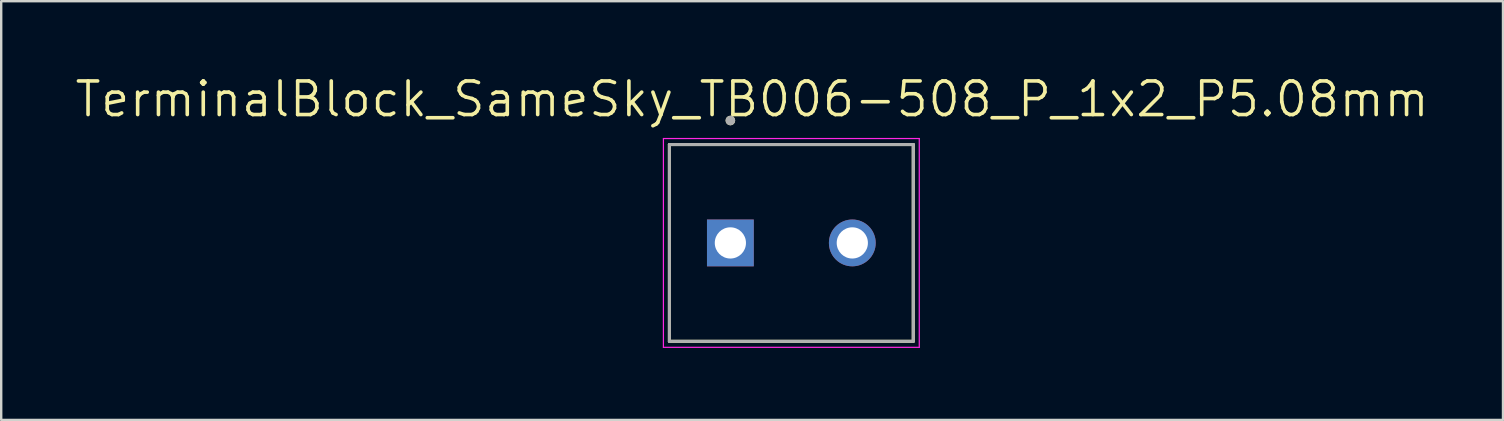
<source format=kicad_pcb>
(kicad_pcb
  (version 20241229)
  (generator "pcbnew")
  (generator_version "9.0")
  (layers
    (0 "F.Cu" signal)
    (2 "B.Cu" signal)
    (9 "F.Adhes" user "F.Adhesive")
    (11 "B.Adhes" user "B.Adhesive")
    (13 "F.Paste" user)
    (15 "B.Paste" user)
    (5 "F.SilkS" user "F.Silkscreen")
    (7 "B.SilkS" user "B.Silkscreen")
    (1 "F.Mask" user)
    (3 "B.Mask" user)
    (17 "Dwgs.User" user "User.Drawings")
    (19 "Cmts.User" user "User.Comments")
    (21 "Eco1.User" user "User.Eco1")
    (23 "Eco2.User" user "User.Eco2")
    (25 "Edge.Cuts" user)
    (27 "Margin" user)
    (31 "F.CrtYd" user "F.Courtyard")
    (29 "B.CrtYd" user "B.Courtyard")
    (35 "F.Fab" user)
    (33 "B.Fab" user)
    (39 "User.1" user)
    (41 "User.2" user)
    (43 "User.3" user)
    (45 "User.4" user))
  (footprint "TerminalBlock_SameSky_TB006-508_P_1x2_P5.08mm"
    (layer "F.Cu")
    (at 27.38 7.071)
    (property "Reference" "TerminalBlock_SameSky_TB006-508_P_1x2_P5.08mm" (at 0.905 -5.989 0) (layer "F.SilkS") (effects (font (size 1.4 1.4) (thickness 0.15))))
    (attr through_hole)
    (fp_line (start -2.54 -4.1) (end 7.62 -4.1) (stroke (width 0.127) (type solid)) (layer "F.SilkS"))
    (fp_line (start -2.54 4.1) (end -2.54 -4.1) (stroke (width 0.127) (type solid)) (layer "F.SilkS"))
    (fp_line (start 7.62 -4.1) (end 7.62 4.1) (stroke (width 0.127) (type solid)) (layer "F.SilkS"))
    (fp_line (start 7.62 4.1) (end -2.54 4.1) (stroke (width 0.127) (type solid)) (layer "F.SilkS"))
    (fp_circle (center 0 -5.1) (end 0.1 -5.1) (stroke (width 0.2) (type solid)) (fill no) (layer "F.SilkS"))
    (fp_line (start -2.79 -4.35) (end 7.87 -4.35) (stroke (width 0.05) (type solid)) (layer "F.CrtYd"))
    (fp_line (start -2.79 4.35) (end -2.79 -4.35) (stroke (width 0.05) (type solid)) (layer "F.CrtYd"))
    (fp_line (start 7.87 -4.35) (end 7.87 4.35) (stroke (width 0.05) (type solid)) (layer "F.CrtYd"))
    (fp_line (start 7.87 4.35) (end -2.79 4.35) (stroke (width 0.05) (type solid)) (layer "F.CrtYd"))
    (fp_line (start -2.54 -4.1) (end 7.62 -4.1) (stroke (width 0.127) (type solid)) (layer "F.Fab"))
    (fp_line (start -2.54 4.1) (end -2.54 -4.1) (stroke (width 0.127) (type solid)) (layer "F.Fab"))
    (fp_line (start 7.62 -4.1) (end 7.62 4.1) (stroke (width 0.127) (type solid)) (layer "F.Fab"))
    (fp_line (start 7.62 4.1) (end -2.54 4.1) (stroke (width 0.127) (type solid)) (layer "F.Fab"))
    (fp_circle (center 0 -5.1) (end 0.1 -5.1) (stroke (width 0.2) (type solid)) (fill no) (layer "F.Fab"))
    (pad "1" thru_hole rect (at 0 0) (size 1.95 1.95) (drill 1.3) (layers "*.Cu" "*.Mask"))
    (pad "2" thru_hole circle (at 5.08 0) (size 1.95 1.95) (drill 1.3) (layers "*.Cu" "*.Mask")))
  (gr_rect
    (start -3 -3)
    (end 59.57 14.446)
    (stroke (width 0.1) (type default))
    (fill no)
    (layer "Edge.Cuts")))
</source>
